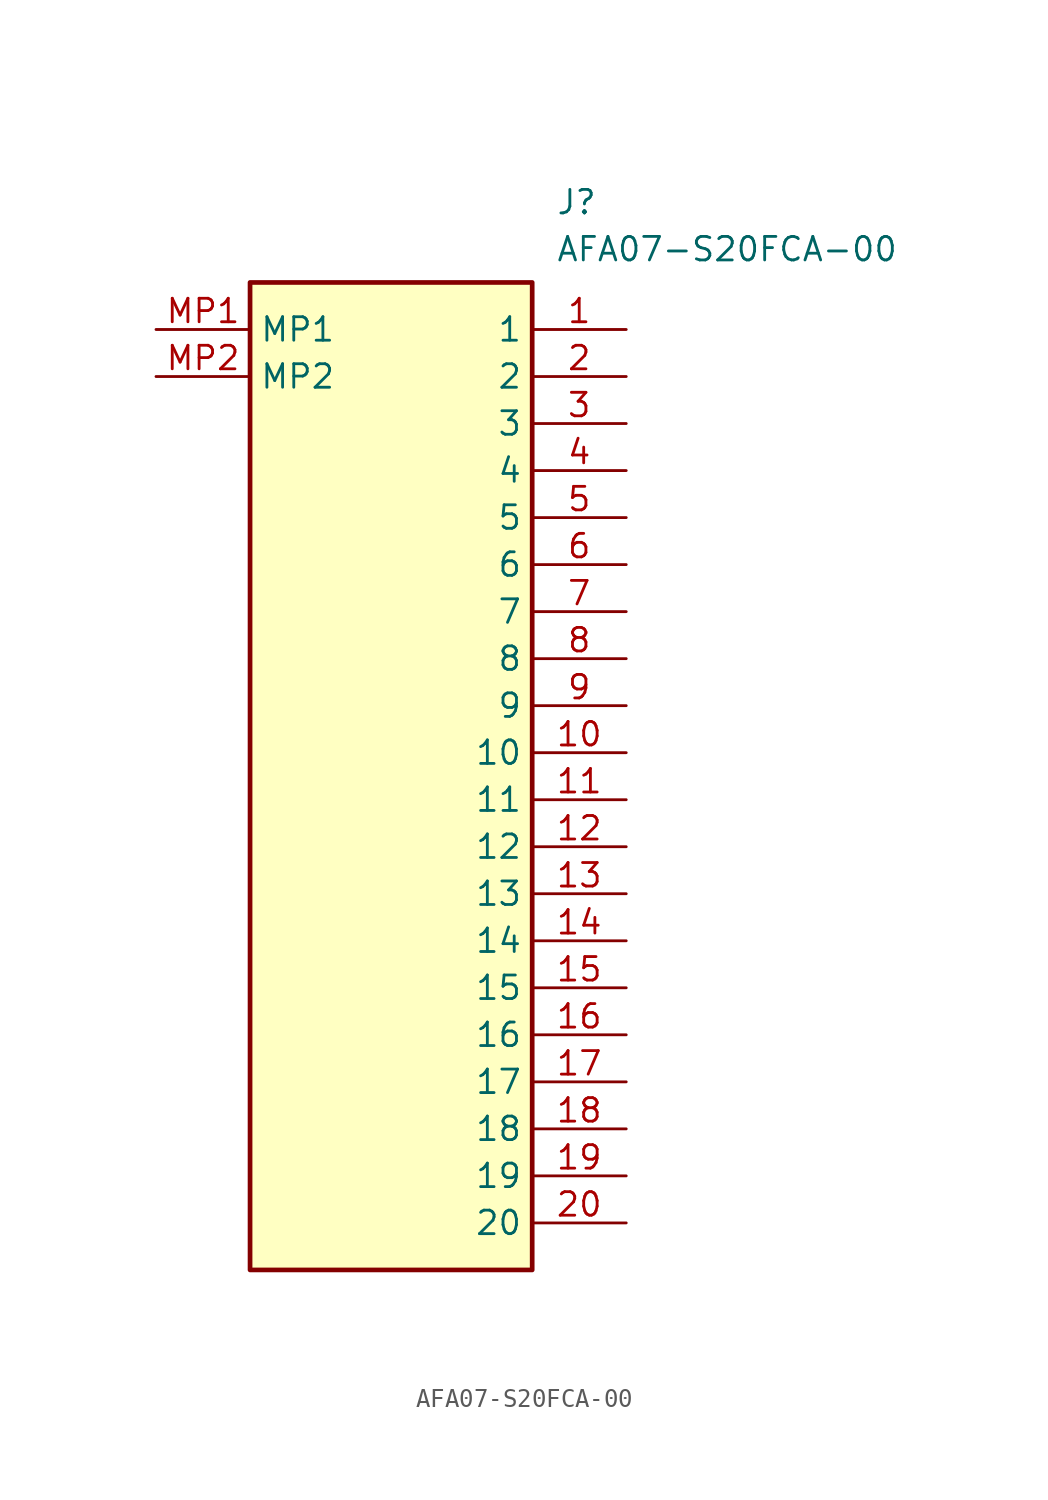
<source format=kicad_sym>
(kicad_symbol_lib
  (version 20211014)
  (generator SamacSys_ECAD_Model)
  (symbol "AFA07-S20FCA-00"
    (property "Reference" "J"
      (at 21.59 7.62 0)
      (effects (font (size 1.27 1.27)) (justify left top)))
    (property "Value" "AFA07-S20FCA-00"
      (at 21.59 5.08 0)
      (effects (font (size 1.27 1.27)) (justify left top)))
    (rectangle
      (start 5.08 2.54)
      (end 20.32 -50.8)
      (stroke (width 0.254) (type default))
      (fill (type background)))
    (pin passive line
      (at 25.4 0 180)
      (length 5.08)
      (name "1" (effects (font (size 1.27 1.27))))
      (number "1" (effects (font (size 1.27 1.27)))))
    (pin passive line
      (at 25.4 -2.54 180)
      (length 5.08)
      (name "2" (effects (font (size 1.27 1.27))))
      (number "2" (effects (font (size 1.27 1.27)))))
    (pin passive line
      (at 25.4 -5.08 180)
      (length 5.08)
      (name "3" (effects (font (size 1.27 1.27))))
      (number "3" (effects (font (size 1.27 1.27)))))
    (pin passive line
      (at 25.4 -7.62 180)
      (length 5.08)
      (name "4" (effects (font (size 1.27 1.27))))
      (number "4" (effects (font (size 1.27 1.27)))))
    (pin passive line
      (at 25.4 -10.16 180)
      (length 5.08)
      (name "5" (effects (font (size 1.27 1.27))))
      (number "5" (effects (font (size 1.27 1.27)))))
    (pin passive line
      (at 25.4 -12.7 180)
      (length 5.08)
      (name "6" (effects (font (size 1.27 1.27))))
      (number "6" (effects (font (size 1.27 1.27)))))
    (pin passive line
      (at 25.4 -15.24 180)
      (length 5.08)
      (name "7" (effects (font (size 1.27 1.27))))
      (number "7" (effects (font (size 1.27 1.27)))))
    (pin passive line
      (at 25.4 -17.78 180)
      (length 5.08)
      (name "8" (effects (font (size 1.27 1.27))))
      (number "8" (effects (font (size 1.27 1.27)))))
    (pin passive line
      (at 25.4 -20.32 180)
      (length 5.08)
      (name "9" (effects (font (size 1.27 1.27))))
      (number "9" (effects (font (size 1.27 1.27)))))
    (pin passive line
      (at 25.4 -22.86 180)
      (length 5.08)
      (name "10" (effects (font (size 1.27 1.27))))
      (number "10" (effects (font (size 1.27 1.27)))))
    (pin passive line
      (at 25.4 -25.4 180)
      (length 5.08)
      (name "11" (effects (font (size 1.27 1.27))))
      (number "11" (effects (font (size 1.27 1.27)))))
    (pin passive line
      (at 25.4 -27.94 180)
      (length 5.08)
      (name "12" (effects (font (size 1.27 1.27))))
      (number "12" (effects (font (size 1.27 1.27)))))
    (pin passive line
      (at 25.4 -30.48 180)
      (length 5.08)
      (name "13" (effects (font (size 1.27 1.27))))
      (number "13" (effects (font (size 1.27 1.27)))))
    (pin passive line
      (at 25.4 -33.02 180)
      (length 5.08)
      (name "14" (effects (font (size 1.27 1.27))))
      (number "14" (effects (font (size 1.27 1.27)))))
    (pin passive line
      (at 25.4 -35.56 180)
      (length 5.08)
      (name "15" (effects (font (size 1.27 1.27))))
      (number "15" (effects (font (size 1.27 1.27)))))
    (pin passive line
      (at 25.4 -38.1 180)
      (length 5.08)
      (name "16" (effects (font (size 1.27 1.27))))
      (number "16" (effects (font (size 1.27 1.27)))))
    (pin passive line
      (at 25.4 -40.64 180)
      (length 5.08)
      (name "17" (effects (font (size 1.27 1.27))))
      (number "17" (effects (font (size 1.27 1.27)))))
    (pin passive line
      (at 25.4 -43.18 180)
      (length 5.08)
      (name "18" (effects (font (size 1.27 1.27))))
      (number "18" (effects (font (size 1.27 1.27)))))
    (pin passive line
      (at 25.4 -45.72 180)
      (length 5.08)
      (name "19" (effects (font (size 1.27 1.27))))
      (number "19" (effects (font (size 1.27 1.27)))))
    (pin passive line
      (at 25.4 -48.26 180)
      (length 5.08)
      (name "20" (effects (font (size 1.27 1.27))))
      (number "20" (effects (font (size 1.27 1.27)))))
    (pin passive line
      (at 0 0 0)
      (length 5.08)
      (name "MP1" (effects (font (size 1.27 1.27))))
      (number "MP1" (effects (font (size 1.27 1.27)))))
    (pin passive line
      (at 0 -2.54 0)
      (length 5.08)
      (name "MP2" (effects (font (size 1.27 1.27))))
      (number "MP2" (effects (font (size 1.27 1.27)))))))
</source>
